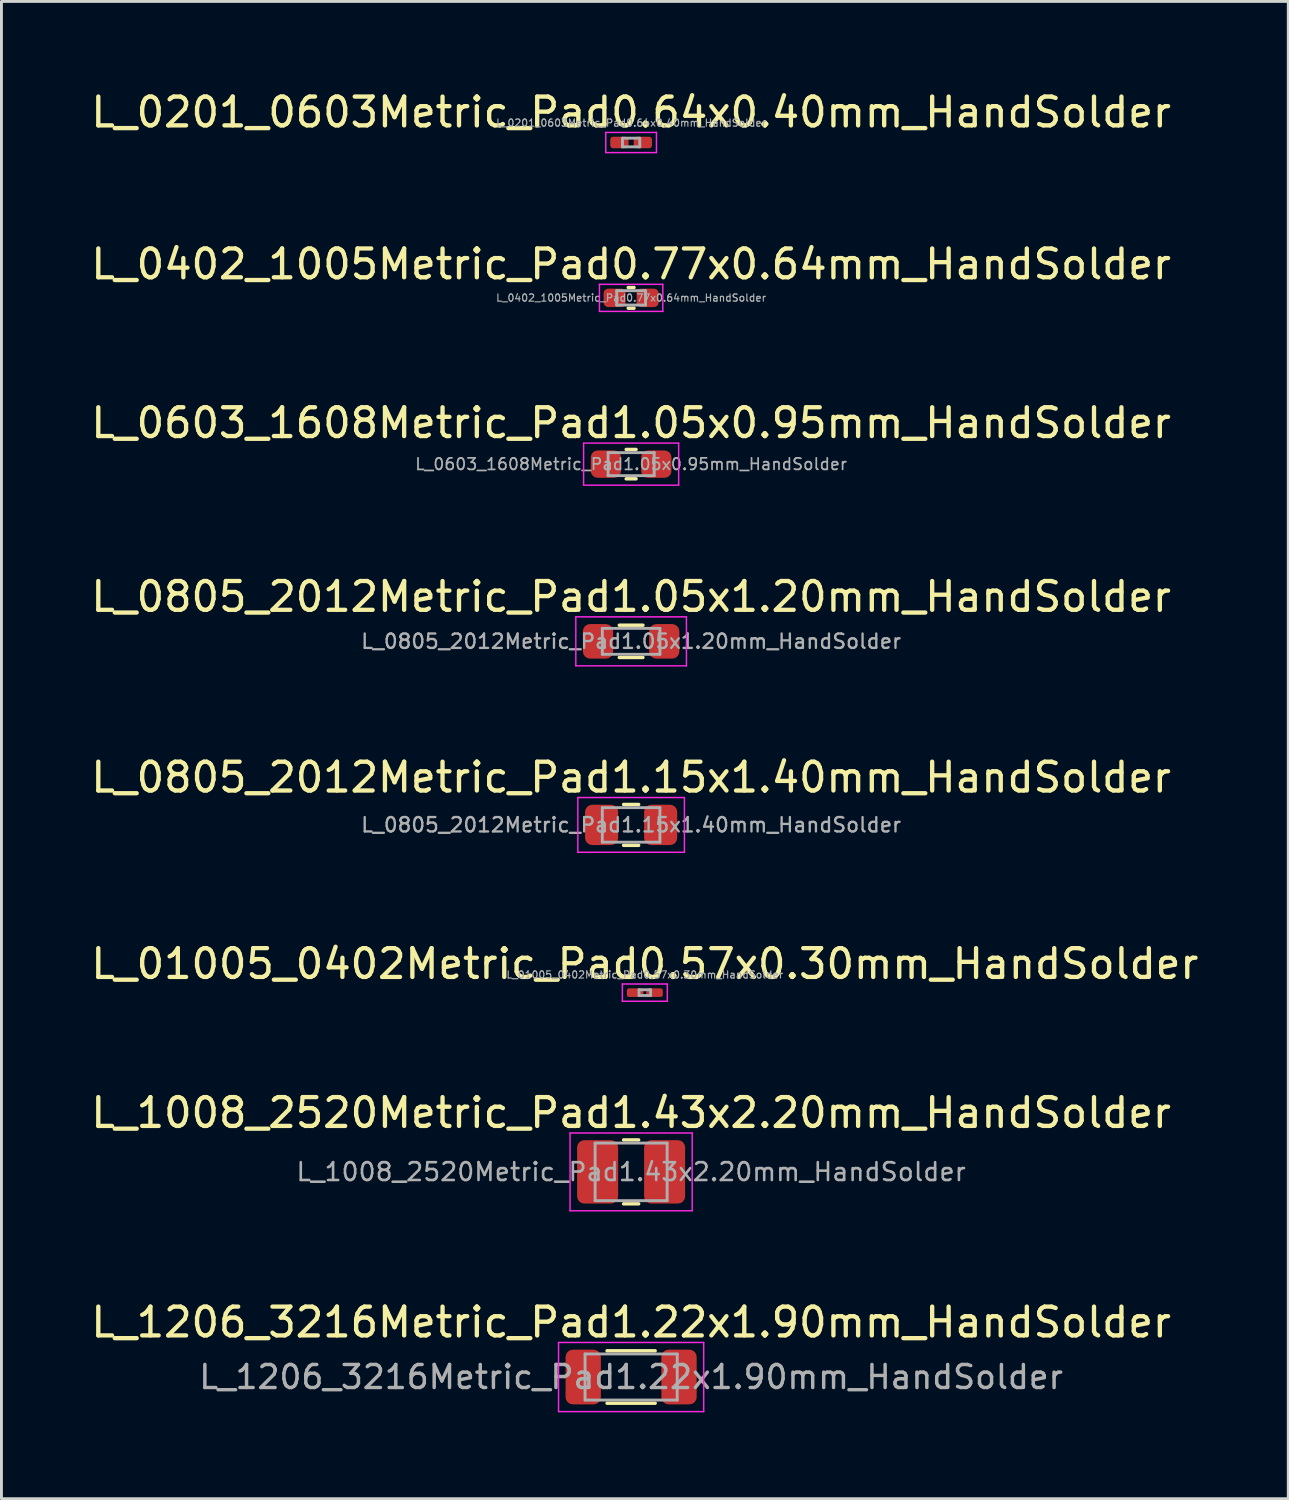
<source format=kicad_pcb>
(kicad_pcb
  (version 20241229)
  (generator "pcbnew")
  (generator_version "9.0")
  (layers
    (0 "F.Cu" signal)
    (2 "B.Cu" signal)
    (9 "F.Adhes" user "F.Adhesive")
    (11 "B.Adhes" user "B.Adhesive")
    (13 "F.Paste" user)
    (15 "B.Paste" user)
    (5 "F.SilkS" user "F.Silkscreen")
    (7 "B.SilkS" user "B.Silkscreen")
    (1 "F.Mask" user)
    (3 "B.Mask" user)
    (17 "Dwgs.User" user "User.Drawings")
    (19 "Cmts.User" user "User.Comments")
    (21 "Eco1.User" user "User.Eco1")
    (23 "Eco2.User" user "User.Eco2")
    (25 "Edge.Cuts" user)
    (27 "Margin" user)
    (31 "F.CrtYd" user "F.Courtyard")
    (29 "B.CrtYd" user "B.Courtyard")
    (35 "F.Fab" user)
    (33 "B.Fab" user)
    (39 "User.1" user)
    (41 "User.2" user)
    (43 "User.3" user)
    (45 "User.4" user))
  (footprint "L_0402_1005Metric_Pad0.77x0.64mm_HandSolder"
    (layer "F.Cu")
    (at 18.863 7.292)
    (property "Reference" "L_0402_1005Metric_Pad0.77x0.64mm_HandSolder" (at 0 -1.17 0) (layer "F.SilkS") (effects (font (size 1 1) (thickness 0.15))))
    (attr smd)
    (fp_line (start -0.1 -0.36) (end 0.1 -0.36) (stroke (width 0.12) (type solid)) (layer "F.SilkS"))
    (fp_line (start -0.1 0.36) (end 0.1 0.36) (stroke (width 0.12) (type solid)) (layer "F.SilkS"))
    (fp_line (start -1.1 -0.47) (end 1.1 -0.47) (stroke (width 0.05) (type solid)) (layer "F.CrtYd"))
    (fp_line (start -1.1 0.47) (end -1.1 -0.47) (stroke (width 0.05) (type solid)) (layer "F.CrtYd"))
    (fp_line (start 1.1 -0.47) (end 1.1 0.47) (stroke (width 0.05) (type solid)) (layer "F.CrtYd"))
    (fp_line (start 1.1 0.47) (end -1.1 0.47) (stroke (width 0.05) (type solid)) (layer "F.CrtYd"))
    (fp_line (start -0.5 -0.25) (end 0.5 -0.25) (stroke (width 0.1) (type solid)) (layer "F.Fab"))
    (fp_line (start -0.5 0.25) (end -0.5 -0.25) (stroke (width 0.1) (type solid)) (layer "F.Fab"))
    (fp_line (start 0.5 -0.25) (end 0.5 0.25) (stroke (width 0.1) (type solid)) (layer "F.Fab"))
    (fp_line (start 0.5 0.25) (end -0.5 0.25) (stroke (width 0.1) (type solid)) (layer "F.Fab"))
    (fp_text user "${REFERENCE}" (at 0 0 0) (layer "F.Fab") (effects (font (size 0.25 0.25) (thickness 0.04))))
    (pad "1" smd roundrect (at -0.573 0) (size 0.765 0.64) (layers "F.Cu" "F.Mask" "F.Paste") (roundrect_rratio 0.25))
    (pad "2" smd roundrect (at 0.573 0) (size 0.765 0.64) (layers "F.Cu" "F.Mask" "F.Paste") (roundrect_rratio 0.25)))
  (footprint "L_01005_0402Metric_Pad0.57x0.30mm_HandSolder"
    (layer "F.Cu")
    (at 19.339 31.415)
    (property "Reference" "L_01005_0402Metric_Pad0.57x0.30mm_HandSolder" (at 0 -1 0) (layer "F.SilkS") (effects (font (size 1 1) (thickness 0.15))))
    (attr smd)
    (fp_line (start -0.78 -0.3) (end 0.78 -0.3) (stroke (width 0.05) (type solid)) (layer "F.CrtYd"))
    (fp_line (start -0.78 0.3) (end -0.78 -0.3) (stroke (width 0.05) (type solid)) (layer "F.CrtYd"))
    (fp_line (start 0.78 -0.3) (end 0.78 0.3) (stroke (width 0.05) (type solid)) (layer "F.CrtYd"))
    (fp_line (start 0.78 0.3) (end -0.78 0.3) (stroke (width 0.05) (type solid)) (layer "F.CrtYd"))
    (fp_line (start -0.2 -0.1) (end 0.2 -0.1) (stroke (width 0.1) (type solid)) (layer "F.Fab"))
    (fp_line (start -0.2 0.1) (end -0.2 -0.1) (stroke (width 0.1) (type solid)) (layer "F.Fab"))
    (fp_line (start 0.2 -0.1) (end 0.2 0.1) (stroke (width 0.1) (type solid)) (layer "F.Fab"))
    (fp_line (start 0.2 0.1) (end -0.2 0.1) (stroke (width 0.1) (type solid)) (layer "F.Fab"))
    (fp_text user "${REFERENCE}" (at 0 -0.62 0) (layer "F.Fab") (effects (font (size 0.25 0.25) (thickness 0.04))))
    (pad "" smd roundrect (at -0.362 0) (size 0.41 0.27) (layers "F.Paste") (roundrect_rratio 0.25))
    (pad "" smd roundrect (at 0.362 0) (size 0.41 0.27) (layers "F.Paste") (roundrect_rratio 0.25))
    (pad "1" smd roundrect (at -0.338 0) (size 0.575 0.3) (layers "F.Cu" "F.Mask") (roundrect_rratio 0.25))
    (pad "2" smd roundrect (at 0.338 0) (size 0.575 0.3) (layers "F.Cu" "F.Mask") (roundrect_rratio 0.25)))
  (footprint "L_0805_2012Metric_Pad1.15x1.40mm_HandSolder"
    (layer "F.Cu")
    (at 18.863 25.591)
    (property "Reference" "L_0805_2012Metric_Pad1.15x1.40mm_HandSolder" (at 0 -1.65 0) (layer "F.SilkS") (effects (font (size 1 1) (thickness 0.15))))
    (attr smd)
    (fp_line (start -0.261 -0.71) (end 0.261 -0.71) (stroke (width 0.12) (type solid)) (layer "F.SilkS"))
    (fp_line (start -0.261 0.71) (end 0.261 0.71) (stroke (width 0.12) (type solid)) (layer "F.SilkS"))
    (fp_line (start -1.85 -0.95) (end 1.85 -0.95) (stroke (width 0.05) (type solid)) (layer "F.CrtYd"))
    (fp_line (start -1.85 0.95) (end -1.85 -0.95) (stroke (width 0.05) (type solid)) (layer "F.CrtYd"))
    (fp_line (start 1.85 -0.95) (end 1.85 0.95) (stroke (width 0.05) (type solid)) (layer "F.CrtYd"))
    (fp_line (start 1.85 0.95) (end -1.85 0.95) (stroke (width 0.05) (type solid)) (layer "F.CrtYd"))
    (fp_line (start -1 -0.6) (end 1 -0.6) (stroke (width 0.1) (type solid)) (layer "F.Fab"))
    (fp_line (start -1 0.6) (end -1 -0.6) (stroke (width 0.1) (type solid)) (layer "F.Fab"))
    (fp_line (start 1 -0.6) (end 1 0.6) (stroke (width 0.1) (type solid)) (layer "F.Fab"))
    (fp_line (start 1 0.6) (end -1 0.6) (stroke (width 0.1) (type solid)) (layer "F.Fab"))
    (fp_text user "${REFERENCE}" (at 0 0 0) (layer "F.Fab") (effects (font (size 0.5 0.5) (thickness 0.08))))
    (pad "1" smd roundrect (at -1.025 0) (size 1.15 1.4) (layers "F.Cu" "F.Mask" "F.Paste") (roundrect_rratio 0.217))
    (pad "2" smd roundrect (at 1.025 0) (size 1.15 1.4) (layers "F.Cu" "F.Mask" "F.Paste") (roundrect_rratio 0.217)))
  (footprint "L_0805_2012Metric_Pad1.05x1.20mm_HandSolder"
    (layer "F.Cu")
    (at 18.863 19.218)
    (property "Reference" "L_0805_2012Metric_Pad1.05x1.20mm_HandSolder" (at 0 -1.55 0) (layer "F.SilkS") (effects (font (size 1 1) (thickness 0.15))))
    (attr smd)
    (fp_line (start -0.41 -0.56) (end 0.41 -0.56) (stroke (width 0.12) (type solid)) (layer "F.SilkS"))
    (fp_line (start -0.41 0.56) (end 0.41 0.56) (stroke (width 0.12) (type solid)) (layer "F.SilkS"))
    (fp_line (start -1.92 -0.85) (end 1.92 -0.85) (stroke (width 0.05) (type solid)) (layer "F.CrtYd"))
    (fp_line (start -1.92 0.85) (end -1.92 -0.85) (stroke (width 0.05) (type solid)) (layer "F.CrtYd"))
    (fp_line (start 1.92 -0.85) (end 1.92 0.85) (stroke (width 0.05) (type solid)) (layer "F.CrtYd"))
    (fp_line (start 1.92 0.85) (end -1.92 0.85) (stroke (width 0.05) (type solid)) (layer "F.CrtYd"))
    (fp_line (start -1 -0.45) (end 1 -0.45) (stroke (width 0.1) (type solid)) (layer "F.Fab"))
    (fp_line (start -1 0.45) (end -1 -0.45) (stroke (width 0.1) (type solid)) (layer "F.Fab"))
    (fp_line (start 1 -0.45) (end 1 0.45) (stroke (width 0.1) (type solid)) (layer "F.Fab"))
    (fp_line (start 1 0.45) (end -1 0.45) (stroke (width 0.1) (type solid)) (layer "F.Fab"))
    (fp_text user "${REFERENCE}" (at 0 0 0) (layer "F.Fab") (effects (font (size 0.5 0.5) (thickness 0.08))))
    (pad "1" smd roundrect (at -1.15 0) (size 1.05 1.2) (layers "F.Cu" "F.Mask" "F.Paste") (roundrect_rratio 0.238))
    (pad "2" smd roundrect (at 1.15 0) (size 1.05 1.2) (layers "F.Cu" "F.Mask" "F.Paste") (roundrect_rratio 0.238)))
  (footprint "L_1206_3216Metric_Pad1.22x1.90mm_HandSolder"
    (layer "F.Cu")
    (at 18.863 44.761)
    (property "Reference" "L_1206_3216Metric_Pad1.22x1.90mm_HandSolder" (at 0 -1.9 0) (layer "F.SilkS") (effects (font (size 1 1) (thickness 0.15))))
    (attr smd)
    (fp_line (start -0.835 -0.91) (end 0.835 -0.91) (stroke (width 0.12) (type solid)) (layer "F.SilkS"))
    (fp_line (start -0.835 0.91) (end 0.835 0.91) (stroke (width 0.12) (type solid)) (layer "F.SilkS"))
    (fp_line (start -2.52 -1.2) (end 2.52 -1.2) (stroke (width 0.05) (type solid)) (layer "F.CrtYd"))
    (fp_line (start -2.52 1.2) (end -2.52 -1.2) (stroke (width 0.05) (type solid)) (layer "F.CrtYd"))
    (fp_line (start 2.52 -1.2) (end 2.52 1.2) (stroke (width 0.05) (type solid)) (layer "F.CrtYd"))
    (fp_line (start 2.52 1.2) (end -2.52 1.2) (stroke (width 0.05) (type solid)) (layer "F.CrtYd"))
    (fp_line (start -1.6 -0.8) (end 1.6 -0.8) (stroke (width 0.1) (type solid)) (layer "F.Fab"))
    (fp_line (start -1.6 0.8) (end -1.6 -0.8) (stroke (width 0.1) (type solid)) (layer "F.Fab"))
    (fp_line (start 1.6 -0.8) (end 1.6 0.8) (stroke (width 0.1) (type solid)) (layer "F.Fab"))
    (fp_line (start 1.6 0.8) (end -1.6 0.8) (stroke (width 0.1) (type solid)) (layer "F.Fab"))
    (fp_text user "${REFERENCE}" (at 0 0 0) (layer "F.Fab") (effects (font (size 0.8 0.8) (thickness 0.12))))
    (pad "1" smd roundrect (at -1.663 0) (size 1.225 1.9) (layers "F.Cu" "F.Mask" "F.Paste") (roundrect_rratio 0.204))
    (pad "2" smd roundrect (at 1.663 0) (size 1.225 1.9) (layers "F.Cu" "F.Mask" "F.Paste") (roundrect_rratio 0.204)))
  (footprint "L_0603_1608Metric_Pad1.05x0.95mm_HandSolder"
    (layer "F.Cu")
    (at 18.863 13.065)
    (property "Reference" "L_0603_1608Metric_Pad1.05x0.95mm_HandSolder" (at 0 -1.43 0) (layer "F.SilkS") (effects (font (size 1 1) (thickness 0.15))))
    (attr smd)
    (fp_line (start -0.171 -0.51) (end 0.171 -0.51) (stroke (width 0.12) (type solid)) (layer "F.SilkS"))
    (fp_line (start -0.171 0.51) (end 0.171 0.51) (stroke (width 0.12) (type solid)) (layer "F.SilkS"))
    (fp_line (start -1.65 -0.73) (end 1.65 -0.73) (stroke (width 0.05) (type solid)) (layer "F.CrtYd"))
    (fp_line (start -1.65 0.73) (end -1.65 -0.73) (stroke (width 0.05) (type solid)) (layer "F.CrtYd"))
    (fp_line (start 1.65 -0.73) (end 1.65 0.73) (stroke (width 0.05) (type solid)) (layer "F.CrtYd"))
    (fp_line (start 1.65 0.73) (end -1.65 0.73) (stroke (width 0.05) (type solid)) (layer "F.CrtYd"))
    (fp_line (start -0.8 -0.4) (end 0.8 -0.4) (stroke (width 0.1) (type solid)) (layer "F.Fab"))
    (fp_line (start -0.8 0.4) (end -0.8 -0.4) (stroke (width 0.1) (type solid)) (layer "F.Fab"))
    (fp_line (start 0.8 -0.4) (end 0.8 0.4) (stroke (width 0.1) (type solid)) (layer "F.Fab"))
    (fp_line (start 0.8 0.4) (end -0.8 0.4) (stroke (width 0.1) (type solid)) (layer "F.Fab"))
    (fp_text user "${REFERENCE}" (at 0 0 0) (layer "F.Fab") (effects (font (size 0.4 0.4) (thickness 0.06))))
    (pad "1" smd roundrect (at -0.875 0) (size 1.05 0.95) (layers "F.Cu" "F.Mask" "F.Paste") (roundrect_rratio 0.25))
    (pad "2" smd roundrect (at 0.875 0) (size 1.05 0.95) (layers "F.Cu" "F.Mask" "F.Paste") (roundrect_rratio 0.25)))
  (footprint "L_1008_2520Metric_Pad1.43x2.20mm_HandSolder"
    (layer "F.Cu")
    (at 18.863 37.638)
    (property "Reference" "L_1008_2520Metric_Pad1.43x2.20mm_HandSolder" (at 0 -2.05 0) (layer "F.SilkS") (effects (font (size 1 1) (thickness 0.15))))
    (attr smd)
    (fp_line (start -0.261 -1.11) (end 0.261 -1.11) (stroke (width 0.12) (type solid)) (layer "F.SilkS"))
    (fp_line (start -0.261 1.11) (end 0.261 1.11) (stroke (width 0.12) (type solid)) (layer "F.SilkS"))
    (fp_line (start -2.12 -1.35) (end 2.12 -1.35) (stroke (width 0.05) (type solid)) (layer "F.CrtYd"))
    (fp_line (start -2.12 1.35) (end -2.12 -1.35) (stroke (width 0.05) (type solid)) (layer "F.CrtYd"))
    (fp_line (start 2.12 -1.35) (end 2.12 1.35) (stroke (width 0.05) (type solid)) (layer "F.CrtYd"))
    (fp_line (start 2.12 1.35) (end -2.12 1.35) (stroke (width 0.05) (type solid)) (layer "F.CrtYd"))
    (fp_line (start -1.25 -1) (end 1.25 -1) (stroke (width 0.1) (type solid)) (layer "F.Fab"))
    (fp_line (start -1.25 1) (end -1.25 -1) (stroke (width 0.1) (type solid)) (layer "F.Fab"))
    (fp_line (start 1.25 -1) (end 1.25 1) (stroke (width 0.1) (type solid)) (layer "F.Fab"))
    (fp_line (start 1.25 1) (end -1.25 1) (stroke (width 0.1) (type solid)) (layer "F.Fab"))
    (fp_text user "${REFERENCE}" (at 0 0 0) (layer "F.Fab") (effects (font (size 0.62 0.62) (thickness 0.09))))
    (pad "1" smd roundrect (at -1.163 0) (size 1.425 2.2) (layers "F.Cu" "F.Mask" "F.Paste") (roundrect_rratio 0.175))
    (pad "2" smd roundrect (at 1.163 0) (size 1.425 2.2) (layers "F.Cu" "F.Mask" "F.Paste") (roundrect_rratio 0.175)))
  (footprint "L_0201_0603Metric_Pad0.64x0.40mm_HandSolder"
    (layer "F.Cu")
    (at 18.863 1.898)
    (property "Reference" "L_0201_0603Metric_Pad0.64x0.40mm_HandSolder" (at 0 -1.05 0) (layer "F.SilkS") (effects (font (size 1 1) (thickness 0.15))))
    (attr smd)
    (fp_line (start -0.88 -0.35) (end 0.88 -0.35) (stroke (width 0.05) (type solid)) (layer "F.CrtYd"))
    (fp_line (start -0.88 0.35) (end -0.88 -0.35) (stroke (width 0.05) (type solid)) (layer "F.CrtYd"))
    (fp_line (start 0.88 -0.35) (end 0.88 0.35) (stroke (width 0.05) (type solid)) (layer "F.CrtYd"))
    (fp_line (start 0.88 0.35) (end -0.88 0.35) (stroke (width 0.05) (type solid)) (layer "F.CrtYd"))
    (fp_line (start -0.3 -0.15) (end 0.3 -0.15) (stroke (width 0.1) (type solid)) (layer "F.Fab"))
    (fp_line (start -0.3 0.15) (end -0.3 -0.15) (stroke (width 0.1) (type solid)) (layer "F.Fab"))
    (fp_line (start 0.3 -0.15) (end 0.3 0.15) (stroke (width 0.1) (type solid)) (layer "F.Fab"))
    (fp_line (start 0.3 0.15) (end -0.3 0.15) (stroke (width 0.1) (type solid)) (layer "F.Fab"))
    (fp_text user "${REFERENCE}" (at 0 -0.68 0) (layer "F.Fab") (effects (font (size 0.25 0.25) (thickness 0.04))))
    (pad "" smd roundrect (at -0.432 0) (size 0.458 0.36) (layers "F.Paste") (roundrect_rratio 0.25))
    (pad "" smd roundrect (at 0.432 0) (size 0.458 0.36) (layers "F.Paste") (roundrect_rratio 0.25))
    (pad "1" smd roundrect (at -0.407 0) (size 0.635 0.4) (layers "F.Cu" "F.Mask") (roundrect_rratio 0.25))
    (pad "2" smd roundrect (at 0.407 0) (size 0.635 0.4) (layers "F.Cu" "F.Mask") (roundrect_rratio 0.25)))
  (gr_rect
    (start -3 -3)
    (end 41.679 48.986)
    (stroke (width 0.1) (type default))
    (fill no)
    (layer "Edge.Cuts")))
</source>
